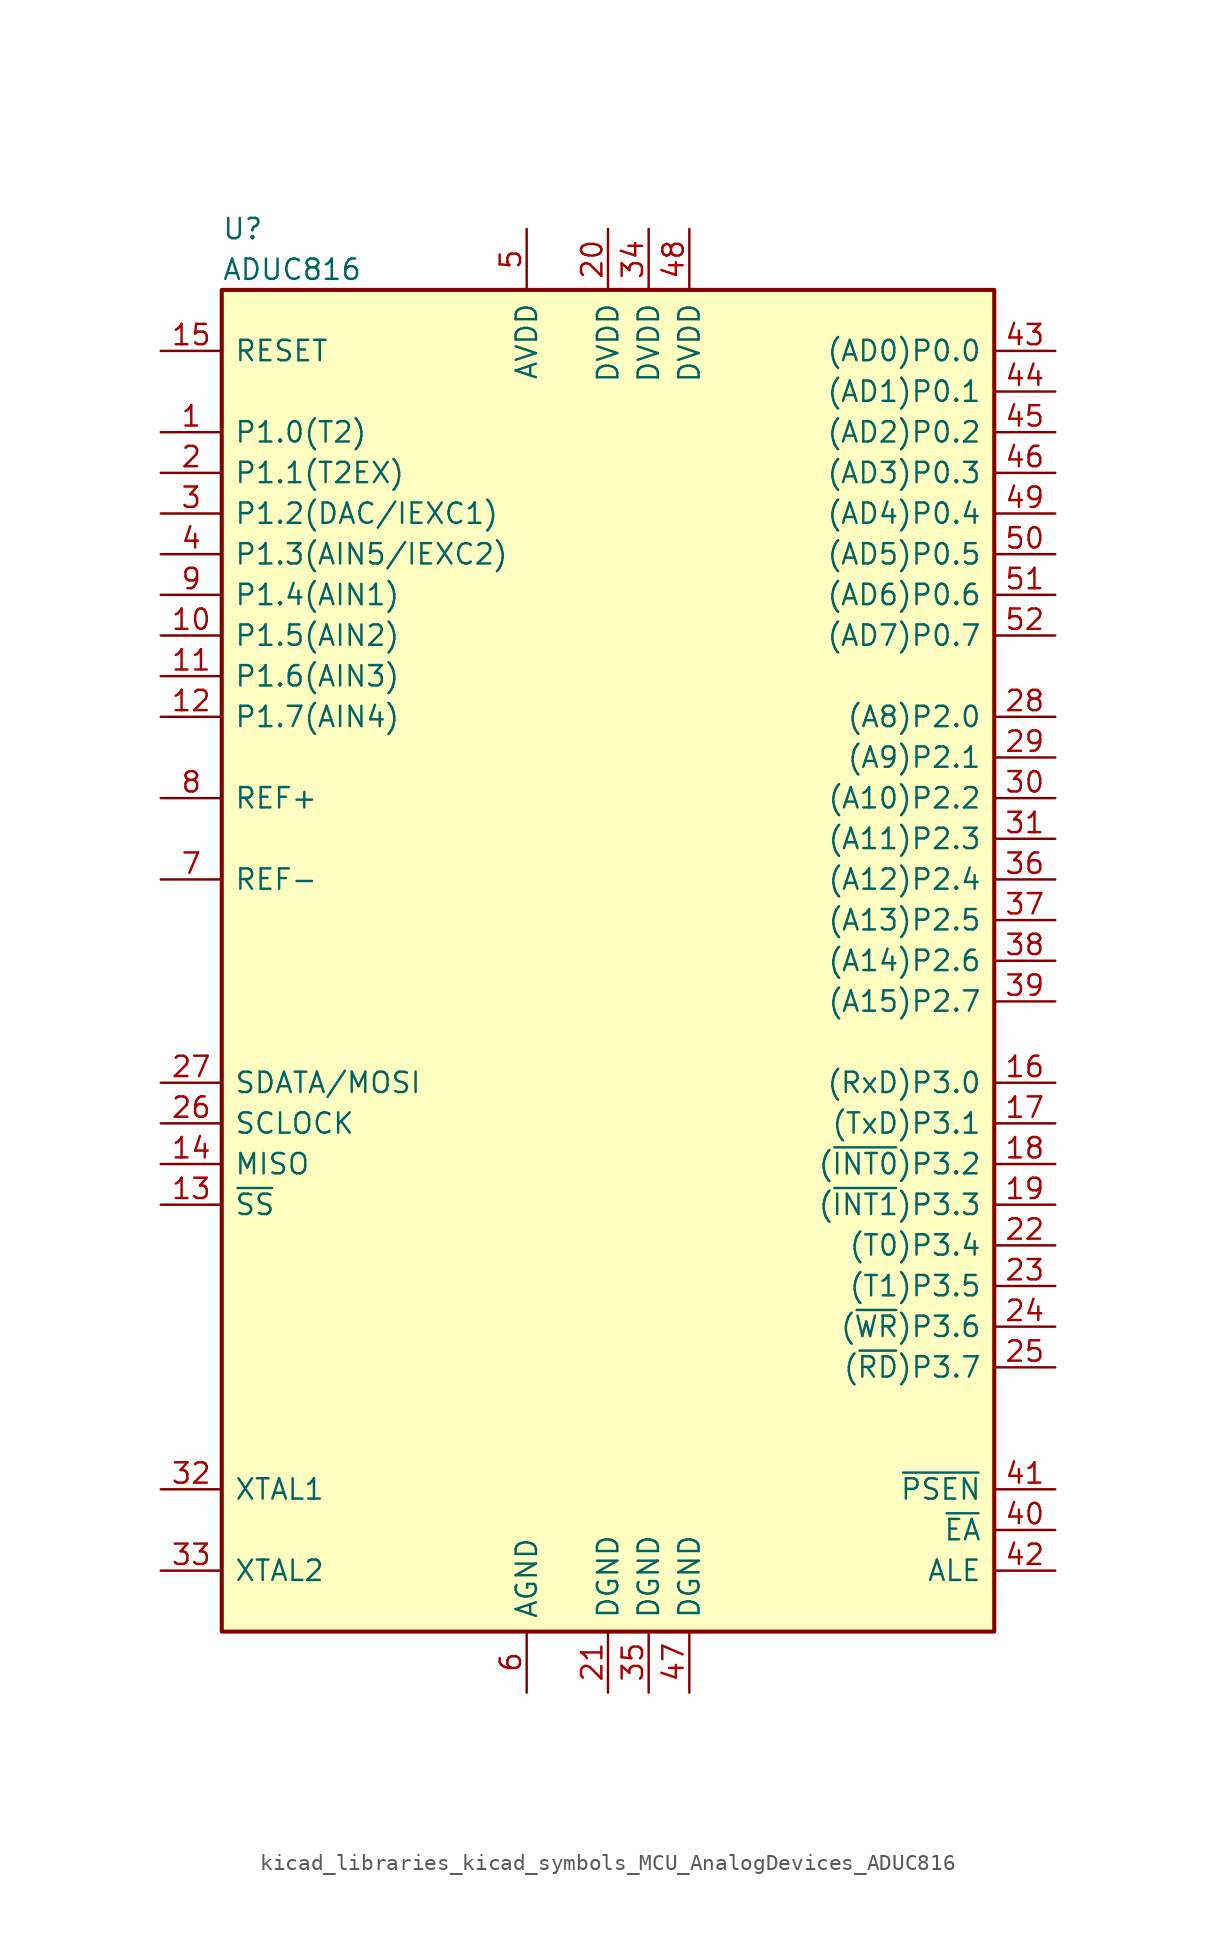
<source format=kicad_sym>
(kicad_symbol_lib
  (version 20220914)
  (generator kicad_symbol_editor)
  (symbol "kicad_libraries_kicad_symbols_MCU_AnalogDevices_ADUC816"
    (pin_names
      (offset 0.762))
    (property "Reference" "U"
      (at -24.13 45.72 0)
      (effects (font (size 1.27 1.27)) (justify left)))
    (property "Value" "ADUC816"
      (at -24.13 43.18 0)
      (effects (font (size 1.27 1.27)) (justify left)))
    (symbol "kicad_libraries_kicad_symbols_MCU_AnalogDevices_ADUC816_0_1"
      (rectangle (start 24.13 -41.91) (end -24.13 41.91) (stroke (width 0.254) (type default)) (fill (type background))))
    (symbol "kicad_libraries_kicad_symbols_MCU_AnalogDevices_ADUC816_1_1"
      (pin bidirectional line (at -27.94 33.02 0) (length 3.81) (name "P1.0(T2)" (effects (font (size 1.27 1.27)))) (number "1" (effects (font (size 1.27 1.27)))))
      (pin input line (at -27.94 20.32 0) (length 3.81) (name "P1.5(AIN2)" (effects (font (size 1.27 1.27)))) (number "10" (effects (font (size 1.27 1.27)))))
      (pin input line (at -27.94 17.78 0) (length 3.81) (name "P1.6(AIN3)" (effects (font (size 1.27 1.27)))) (number "11" (effects (font (size 1.27 1.27)))))
      (pin bidirectional line (at -27.94 15.24 0) (length 3.81) (name "P1.7(AIN4)" (effects (font (size 1.27 1.27)))) (number "12" (effects (font (size 1.27 1.27)))))
      (pin input line (at -27.94 -15.24 0) (length 3.81) (name "~{SS}" (effects (font (size 1.27 1.27)))) (number "13" (effects (font (size 1.27 1.27)))))
      (pin input line (at -27.94 -12.7 0) (length 3.81) (name "MISO" (effects (font (size 1.27 1.27)))) (number "14" (effects (font (size 1.27 1.27)))))
      (pin input line (at -27.94 38.1 0) (length 3.81) (name "RESET" (effects (font (size 1.27 1.27)))) (number "15" (effects (font (size 1.27 1.27)))))
      (pin bidirectional line (at 27.94 -7.62 180) (length 3.81) (name "(RxD)P3.0" (effects (font (size 1.27 1.27)))) (number "16" (effects (font (size 1.27 1.27)))))
      (pin bidirectional line (at 27.94 -10.16 180) (length 3.81) (name "(TxD)P3.1" (effects (font (size 1.27 1.27)))) (number "17" (effects (font (size 1.27 1.27)))))
      (pin bidirectional line (at 27.94 -12.7 180) (length 3.81) (name "(~{INT0})P3.2" (effects (font (size 1.27 1.27)))) (number "18" (effects (font (size 1.27 1.27)))))
      (pin bidirectional line (at 27.94 -15.24 180) (length 3.81) (name "(~{INT1})P3.3" (effects (font (size 1.27 1.27)))) (number "19" (effects (font (size 1.27 1.27)))))
      (pin bidirectional line (at -27.94 30.48 0) (length 3.81) (name "P1.1(T2EX)" (effects (font (size 1.27 1.27)))) (number "2" (effects (font (size 1.27 1.27)))))
      (pin power_in line (at 0 45.72 270) (length 3.81) (name "DVDD" (effects (font (size 1.27 1.27)))) (number "20" (effects (font (size 1.27 1.27)))))
      (pin power_in line (at 0 -45.72 90) (length 3.81) (name "DGND" (effects (font (size 1.27 1.27)))) (number "21" (effects (font (size 1.27 1.27)))))
      (pin bidirectional line (at 27.94 -17.78 180) (length 3.81) (name "(T0)P3.4" (effects (font (size 1.27 1.27)))) (number "22" (effects (font (size 1.27 1.27)))))
      (pin bidirectional line (at 27.94 -20.32 180) (length 3.81) (name "(T1)P3.5" (effects (font (size 1.27 1.27)))) (number "23" (effects (font (size 1.27 1.27)))))
      (pin bidirectional line (at 27.94 -22.86 180) (length 3.81) (name "(~{WR})P3.6" (effects (font (size 1.27 1.27)))) (number "24" (effects (font (size 1.27 1.27)))))
      (pin bidirectional line (at 27.94 -25.4 180) (length 3.81) (name "(~{RD})P3.7" (effects (font (size 1.27 1.27)))) (number "25" (effects (font (size 1.27 1.27)))))
      (pin bidirectional line (at -27.94 -10.16 0) (length 3.81) (name "SCLOCK" (effects (font (size 1.27 1.27)))) (number "26" (effects (font (size 1.27 1.27)))))
      (pin bidirectional line (at -27.94 -7.62 0) (length 3.81) (name "SDATA/MOSI" (effects (font (size 1.27 1.27)))) (number "27" (effects (font (size 1.27 1.27)))))
      (pin bidirectional line (at 27.94 15.24 180) (length 3.81) (name "(A8)P2.0" (effects (font (size 1.27 1.27)))) (number "28" (effects (font (size 1.27 1.27)))))
      (pin bidirectional line (at 27.94 12.7 180) (length 3.81) (name "(A9)P2.1" (effects (font (size 1.27 1.27)))) (number "29" (effects (font (size 1.27 1.27)))))
      (pin bidirectional line (at -27.94 27.94 0) (length 3.81) (name "P1.2(DAC/IEXC1)" (effects (font (size 1.27 1.27)))) (number "3" (effects (font (size 1.27 1.27)))))
      (pin bidirectional line (at 27.94 10.16 180) (length 3.81) (name "(A10)P2.2" (effects (font (size 1.27 1.27)))) (number "30" (effects (font (size 1.27 1.27)))))
      (pin bidirectional line (at 27.94 7.62 180) (length 3.81) (name "(A11)P2.3" (effects (font (size 1.27 1.27)))) (number "31" (effects (font (size 1.27 1.27)))))
      (pin input line (at -27.94 -33.02 0) (length 3.81) (name "XTAL1" (effects (font (size 1.27 1.27)))) (number "32" (effects (font (size 1.27 1.27)))))
      (pin output line (at -27.94 -38.1 0) (length 3.81) (name "XTAL2" (effects (font (size 1.27 1.27)))) (number "33" (effects (font (size 1.27 1.27)))))
      (pin power_in line (at 2.54 45.72 270) (length 3.81) (name "DVDD" (effects (font (size 1.27 1.27)))) (number "34" (effects (font (size 1.27 1.27)))))
      (pin power_in line (at 2.54 -45.72 90) (length 3.81) (name "DGND" (effects (font (size 1.27 1.27)))) (number "35" (effects (font (size 1.27 1.27)))))
      (pin bidirectional line (at 27.94 5.08 180) (length 3.81) (name "(A12)P2.4" (effects (font (size 1.27 1.27)))) (number "36" (effects (font (size 1.27 1.27)))))
      (pin bidirectional line (at 27.94 2.54 180) (length 3.81) (name "(A13)P2.5" (effects (font (size 1.27 1.27)))) (number "37" (effects (font (size 1.27 1.27)))))
      (pin bidirectional line (at 27.94 0 180) (length 3.81) (name "(A14)P2.6" (effects (font (size 1.27 1.27)))) (number "38" (effects (font (size 1.27 1.27)))))
      (pin bidirectional line (at 27.94 -2.54 180) (length 3.81) (name "(A15)P2.7" (effects (font (size 1.27 1.27)))) (number "39" (effects (font (size 1.27 1.27)))))
      (pin bidirectional line (at -27.94 25.4 0) (length 3.81) (name "P1.3(AIN5/IEXC2)" (effects (font (size 1.27 1.27)))) (number "4" (effects (font (size 1.27 1.27)))))
      (pin bidirectional line (at 27.94 -35.56 180) (length 3.81) (name "~{EA}" (effects (font (size 1.27 1.27)))) (number "40" (effects (font (size 1.27 1.27)))))
      (pin output line (at 27.94 -33.02 180) (length 3.81) (name "~{PSEN}" (effects (font (size 1.27 1.27)))) (number "41" (effects (font (size 1.27 1.27)))))
      (pin output line (at 27.94 -38.1 180) (length 3.81) (name "ALE" (effects (font (size 1.27 1.27)))) (number "42" (effects (font (size 1.27 1.27)))))
      (pin tri_state line (at 27.94 38.1 180) (length 3.81) (name "(AD0)P0.0" (effects (font (size 1.27 1.27)))) (number "43" (effects (font (size 1.27 1.27)))))
      (pin tri_state line (at 27.94 35.56 180) (length 3.81) (name "(AD1)P0.1" (effects (font (size 1.27 1.27)))) (number "44" (effects (font (size 1.27 1.27)))))
      (pin tri_state line (at 27.94 33.02 180) (length 3.81) (name "(AD2)P0.2" (effects (font (size 1.27 1.27)))) (number "45" (effects (font (size 1.27 1.27)))))
      (pin tri_state line (at 27.94 30.48 180) (length 3.81) (name "(AD3)P0.3" (effects (font (size 1.27 1.27)))) (number "46" (effects (font (size 1.27 1.27)))))
      (pin power_in line (at 5.08 -45.72 90) (length 3.81) (name "DGND" (effects (font (size 1.27 1.27)))) (number "47" (effects (font (size 1.27 1.27)))))
      (pin power_in line (at 5.08 45.72 270) (length 3.81) (name "DVDD" (effects (font (size 1.27 1.27)))) (number "48" (effects (font (size 1.27 1.27)))))
      (pin tri_state line (at 27.94 27.94 180) (length 3.81) (name "(AD4)P0.4" (effects (font (size 1.27 1.27)))) (number "49" (effects (font (size 1.27 1.27)))))
      (pin power_in line (at -5.08 45.72 270) (length 3.81) (name "AVDD" (effects (font (size 1.27 1.27)))) (number "5" (effects (font (size 1.27 1.27)))))
      (pin tri_state line (at 27.94 25.4 180) (length 3.81) (name "(AD5)P0.5" (effects (font (size 1.27 1.27)))) (number "50" (effects (font (size 1.27 1.27)))))
      (pin tri_state line (at 27.94 22.86 180) (length 3.81) (name "(AD6)P0.6" (effects (font (size 1.27 1.27)))) (number "51" (effects (font (size 1.27 1.27)))))
      (pin tri_state line (at 27.94 20.32 180) (length 3.81) (name "(AD7)P0.7" (effects (font (size 1.27 1.27)))) (number "52" (effects (font (size 1.27 1.27)))))
      (pin power_in line (at -5.08 -45.72 90) (length 3.81) (name "AGND" (effects (font (size 1.27 1.27)))) (number "6" (effects (font (size 1.27 1.27)))))
      (pin passive line (at -27.94 5.08 0) (length 3.81) (name "REF-" (effects (font (size 1.27 1.27)))) (number "7" (effects (font (size 1.27 1.27)))))
      (pin passive line (at -27.94 10.16 0) (length 3.81) (name "REF+" (effects (font (size 1.27 1.27)))) (number "8" (effects (font (size 1.27 1.27)))))
      (pin input line (at -27.94 22.86 0) (length 3.81) (name "P1.4(AIN1)" (effects (font (size 1.27 1.27)))) (number "9" (effects (font (size 1.27 1.27))))))))
</source>
